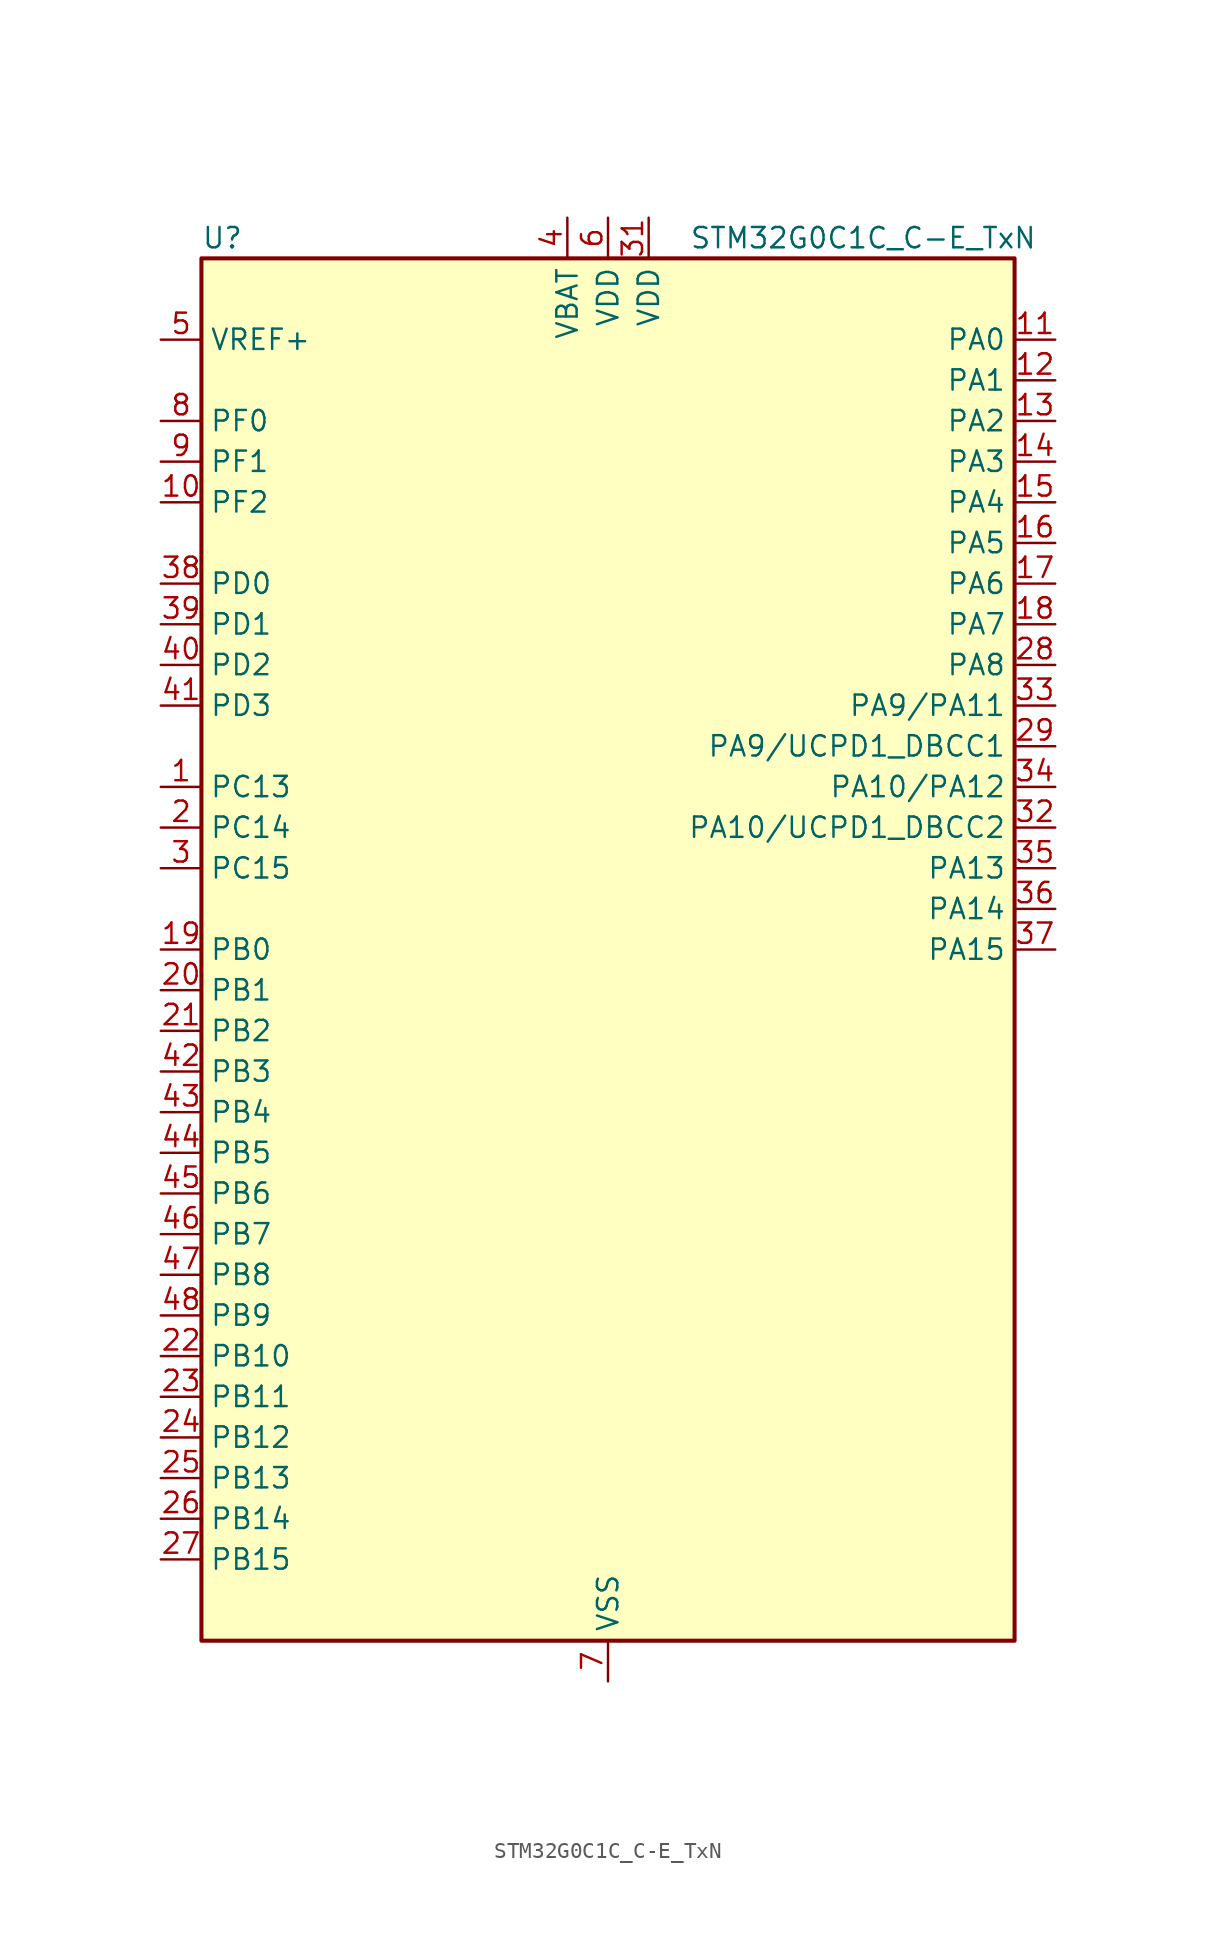
<source format=kicad_sym>
(kicad_symbol_lib
  (version 20241209)
  (generator "kicad_symbol_editor")
  (generator_version "9.0")
  (symbol "STM32G0C1C_C-E_TxN"
    (property "Reference" "U"
      (at -25.4 44.45 0)
      (effects (font (size 1.27 1.27)) (justify left)))
    (property "Value" "STM32G0C1C_C-E_TxN"
      (at 5.08 44.45 0)
      (effects (font (size 1.27 1.27)) (justify left)))
    (symbol "STM32G0C1C_C-E_TxN_0_1"
      (rectangle (start -25.4 -43.18) (end 25.4 43.18) (stroke (width 0.254) (type default)) (fill (type background))))
    (symbol "STM32G0C1C_C-E_TxN_1_1"
      (pin input line (at -27.94 38.1 0) (length 2.54) (name "VREF+" (effects (font (size 1.27 1.27)))) (number "5" (effects (font (size 1.27 1.27)))) (alternate "VREFBUF_OUT" bidirectional line))
      (pin bidirectional line (at -27.94 33.02 0) (length 2.54) (name "PF0" (effects (font (size 1.27 1.27)))) (number "8" (effects (font (size 1.27 1.27)))) (alternate "CRS1_SYNC" bidirectional line) (alternate "RCC_OSC_IN" bidirectional line) (alternate "TIM14_CH1" bidirectional line))
      (pin bidirectional line (at -27.94 30.48 0) (length 2.54) (name "PF1" (effects (font (size 1.27 1.27)))) (number "9" (effects (font (size 1.27 1.27)))) (alternate "RCC_OSC_EN" bidirectional line) (alternate "RCC_OSC_OUT" bidirectional line) (alternate "TIM15_CH1N" bidirectional line))
      (pin bidirectional line (at -27.94 27.94 0) (length 2.54) (name "PF2" (effects (font (size 1.27 1.27)))) (number "10" (effects (font (size 1.27 1.27)))) (alternate "LPUART2_DE" bidirectional line) (alternate "LPUART2_RTS" bidirectional line) (alternate "LPUART2_TX" bidirectional line) (alternate "RCC_MCO" bidirectional line))
      (pin bidirectional line (at -27.94 22.86 0) (length 2.54) (name "PD0" (effects (font (size 1.27 1.27)))) (number "38" (effects (font (size 1.27 1.27)))) (alternate "FDCAN1_RX" bidirectional line) (alternate "I2S2_WS" bidirectional line) (alternate "SPI2_NSS" bidirectional line) (alternate "TIM16_CH1" bidirectional line) (alternate "UCPD2_CC1" bidirectional line))
      (pin bidirectional line (at -27.94 20.32 0) (length 2.54) (name "PD1" (effects (font (size 1.27 1.27)))) (number "39" (effects (font (size 1.27 1.27)))) (alternate "FDCAN1_TX" bidirectional line) (alternate "I2S2_CK" bidirectional line) (alternate "SPI2_SCK" bidirectional line) (alternate "TIM17_CH1" bidirectional line) (alternate "UCPD2_DBCC1" bidirectional line))
      (pin bidirectional line (at -27.94 17.78 0) (length 2.54) (name "PD2" (effects (font (size 1.27 1.27)))) (number "40" (effects (font (size 1.27 1.27)))) (alternate "TIM1_CH1N" bidirectional line) (alternate "TIM3_ETR" bidirectional line) (alternate "UCPD2_CC2" bidirectional line) (alternate "USART3_CK" bidirectional line) (alternate "USART3_DE" bidirectional line) (alternate "USART3_RTS" bidirectional line) (alternate "USART5_RX" bidirectional line))
      (pin bidirectional line (at -27.94 15.24 0) (length 2.54) (name "PD3" (effects (font (size 1.27 1.27)))) (number "41" (effects (font (size 1.27 1.27)))) (alternate "I2S2_MCK" bidirectional line) (alternate "SPI2_MISO" bidirectional line) (alternate "TIM1_CH2N" bidirectional line) (alternate "UCPD2_DBCC2" bidirectional line) (alternate "USART2_CTS" bidirectional line) (alternate "USART2_NSS" bidirectional line) (alternate "USART5_TX" bidirectional line))
      (pin bidirectional line (at -27.94 10.16 0) (length 2.54) (name "PC13" (effects (font (size 1.27 1.27)))) (number "1" (effects (font (size 1.27 1.27)))) (alternate "RTC_OUT1" bidirectional line) (alternate "RTC_TAMP_IN1" bidirectional line) (alternate "RTC_TS" bidirectional line) (alternate "SYS_WKUP2" bidirectional line) (alternate "TIM1_BK" bidirectional line))
      (pin bidirectional line (at -27.94 7.62 0) (length 2.54) (name "PC14" (effects (font (size 1.27 1.27)))) (number "2" (effects (font (size 1.27 1.27)))) (alternate "RCC_OSC32_IN" bidirectional line) (alternate "TIM1_BK2" bidirectional line))
      (pin bidirectional line (at -27.94 5.08 0) (length 2.54) (name "PC15" (effects (font (size 1.27 1.27)))) (number "3" (effects (font (size 1.27 1.27)))) (alternate "RCC_OSC32_EN" bidirectional line) (alternate "RCC_OSC32_OUT" bidirectional line) (alternate "RCC_OSC_EN" bidirectional line) (alternate "TIM15_BK" bidirectional line))
      (pin bidirectional line (at -27.94 0 0) (length 2.54) (name "PB0" (effects (font (size 1.27 1.27)))) (number "19" (effects (font (size 1.27 1.27)))) (alternate "ADC1_IN8" bidirectional line) (alternate "COMP1_OUT" bidirectional line) (alternate "COMP3_INP" bidirectional line) (alternate "FDCAN2_RX" bidirectional line) (alternate "I2S1_WS" bidirectional line) (alternate "LPTIM1_OUT" bidirectional line) (alternate "LPUART2_CTS" bidirectional line) (alternate "SPI1_NSS" bidirectional line) (alternate "TIM1_CH2N" bidirectional line) (alternate "TIM3_CH3" bidirectional line) (alternate "UCPD1_FRSTX1" bidirectional line) (alternate "UCPD1_FRSTX2" bidirectional line) (alternate "USART3_RX" bidirectional line) (alternate "USART5_TX" bidirectional line))
      (pin bidirectional line (at -27.94 -2.54 0) (length 2.54) (name "PB1" (effects (font (size 1.27 1.27)))) (number "20" (effects (font (size 1.27 1.27)))) (alternate "ADC1_IN9" bidirectional line) (alternate "COMP1_INM" bidirectional line) (alternate "COMP3_OUT" bidirectional line) (alternate "FDCAN2_TX" bidirectional line) (alternate "LPTIM2_IN1" bidirectional line) (alternate "LPUART1_DE" bidirectional line) (alternate "LPUART1_RTS" bidirectional line) (alternate "LPUART2_DE" bidirectional line) (alternate "LPUART2_RTS" bidirectional line) (alternate "TIM14_CH1" bidirectional line) (alternate "TIM1_CH3N" bidirectional line) (alternate "TIM3_CH4" bidirectional line) (alternate "USART3_CK" bidirectional line) (alternate "USART3_DE" bidirectional line) (alternate "USART3_RTS" bidirectional line) (alternate "USART5_RX" bidirectional line))
      (pin bidirectional line (at -27.94 -5.08 0) (length 2.54) (name "PB2" (effects (font (size 1.27 1.27)))) (number "21" (effects (font (size 1.27 1.27)))) (alternate "ADC1_IN10" bidirectional line) (alternate "COMP1_INP" bidirectional line) (alternate "COMP3_INM" bidirectional line) (alternate "I2S2_MCK" bidirectional line) (alternate "LPTIM1_OUT" bidirectional line) (alternate "RCC_MCO_2" bidirectional line) (alternate "SPI2_MISO" bidirectional line) (alternate "USART3_TX" bidirectional line))
      (pin bidirectional line (at -27.94 -7.62 0) (length 2.54) (name "PB3" (effects (font (size 1.27 1.27)))) (number "42" (effects (font (size 1.27 1.27)))) (alternate "COMP2_INM" bidirectional line) (alternate "I2C2_SCL" bidirectional line) (alternate "I2C3_SCL" bidirectional line) (alternate "I2S1_CK" bidirectional line) (alternate "SPI1_SCK" bidirectional line) (alternate "SPI3_SCK" bidirectional line) (alternate "TIM1_CH2" bidirectional line) (alternate "TIM2_CH2" bidirectional line) (alternate "USART1_CK" bidirectional line) (alternate "USART1_DE" bidirectional line) (alternate "USART1_RTS" bidirectional line) (alternate "USART5_TX" bidirectional line))
      (pin bidirectional line (at -27.94 -10.16 0) (length 2.54) (name "PB4" (effects (font (size 1.27 1.27)))) (number "43" (effects (font (size 1.27 1.27)))) (alternate "COMP2_INP" bidirectional line) (alternate "I2C2_SDA" bidirectional line) (alternate "I2C3_SDA" bidirectional line) (alternate "I2S1_MCK" bidirectional line) (alternate "SPI1_MISO" bidirectional line) (alternate "SPI3_MISO" bidirectional line) (alternate "TIM17_BK" bidirectional line) (alternate "TIM3_CH1" bidirectional line) (alternate "USART1_CTS" bidirectional line) (alternate "USART1_NSS" bidirectional line) (alternate "USART5_RX" bidirectional line))
      (pin bidirectional line (at -27.94 -12.7 0) (length 2.54) (name "PB5" (effects (font (size 1.27 1.27)))) (number "44" (effects (font (size 1.27 1.27)))) (alternate "COMP2_OUT" bidirectional line) (alternate "FDCAN2_RX" bidirectional line) (alternate "I2C1_SMBA" bidirectional line) (alternate "I2S1_SD" bidirectional line) (alternate "LPTIM1_IN1" bidirectional line) (alternate "SPI1_MOSI" bidirectional line) (alternate "SPI3_MOSI" bidirectional line) (alternate "SYS_WKUP6" bidirectional line) (alternate "TIM16_BK" bidirectional line) (alternate "TIM3_CH2" bidirectional line) (alternate "USART5_CK" bidirectional line) (alternate "USART5_DE" bidirectional line) (alternate "USART5_RTS" bidirectional line))
      (pin bidirectional line (at -27.94 -15.24 0) (length 2.54) (name "PB6" (effects (font (size 1.27 1.27)))) (number "45" (effects (font (size 1.27 1.27)))) (alternate "COMP2_INP" bidirectional line) (alternate "FDCAN2_TX" bidirectional line) (alternate "I2C1_SCL" bidirectional line) (alternate "I2S2_MCK" bidirectional line) (alternate "LPTIM1_ETR" bidirectional line) (alternate "LPUART2_TX" bidirectional line) (alternate "SPI2_MISO" bidirectional line) (alternate "TIM16_CH1N" bidirectional line) (alternate "TIM1_CH3" bidirectional line) (alternate "TIM4_CH1" bidirectional line) (alternate "USART1_TX" bidirectional line) (alternate "USART5_CTS" bidirectional line) (alternate "USART5_NSS" bidirectional line))
      (pin bidirectional line (at -27.94 -17.78 0) (length 2.54) (name "PB7" (effects (font (size 1.27 1.27)))) (number "46" (effects (font (size 1.27 1.27)))) (alternate "COMP2_INM" bidirectional line) (alternate "I2C1_SDA" bidirectional line) (alternate "I2S2_SD" bidirectional line) (alternate "LPTIM1_IN2" bidirectional line) (alternate "LPUART2_RX" bidirectional line) (alternate "SPI2_MOSI" bidirectional line) (alternate "SYS_PVD_IN" bidirectional line) (alternate "TIM17_CH1N" bidirectional line) (alternate "TIM4_CH2" bidirectional line) (alternate "USART1_RX" bidirectional line) (alternate "USART4_CTS" bidirectional line) (alternate "USART4_NSS" bidirectional line))
      (pin bidirectional line (at -27.94 -20.32 0) (length 2.54) (name "PB8" (effects (font (size 1.27 1.27)))) (number "47" (effects (font (size 1.27 1.27)))) (alternate "CEC" bidirectional line) (alternate "FDCAN1_RX" bidirectional line) (alternate "I2C1_SCL" bidirectional line) (alternate "I2S2_CK" bidirectional line) (alternate "SPI2_SCK" bidirectional line) (alternate "TIM15_BK" bidirectional line) (alternate "TIM16_CH1" bidirectional line) (alternate "TIM4_CH3" bidirectional line) (alternate "USART3_TX" bidirectional line) (alternate "USART6_TX" bidirectional line))
      (pin bidirectional line (at -27.94 -22.86 0) (length 2.54) (name "PB9" (effects (font (size 1.27 1.27)))) (number "48" (effects (font (size 1.27 1.27)))) (alternate "DAC1_EXTI9" bidirectional line) (alternate "FDCAN1_TX" bidirectional line) (alternate "I2C1_SDA" bidirectional line) (alternate "I2S2_WS" bidirectional line) (alternate "IR_OUT" bidirectional line) (alternate "SPI2_NSS" bidirectional line) (alternate "TIM17_CH1" bidirectional line) (alternate "TIM4_CH4" bidirectional line) (alternate "UCPD2_FRSTX1" bidirectional line) (alternate "UCPD2_FRSTX2" bidirectional line) (alternate "USART3_RX" bidirectional line) (alternate "USART6_RX" bidirectional line))
      (pin bidirectional line (at -27.94 -25.4 0) (length 2.54) (name "PB10" (effects (font (size 1.27 1.27)))) (number "22" (effects (font (size 1.27 1.27)))) (alternate "ADC1_IN11" bidirectional line) (alternate "CEC" bidirectional line) (alternate "COMP1_OUT" bidirectional line) (alternate "I2C2_SCL" bidirectional line) (alternate "I2S2_CK" bidirectional line) (alternate "LPUART1_RX" bidirectional line) (alternate "SPI2_SCK" bidirectional line) (alternate "TIM2_CH3" bidirectional line) (alternate "USART3_TX" bidirectional line))
      (pin bidirectional line (at -27.94 -27.94 0) (length 2.54) (name "PB11" (effects (font (size 1.27 1.27)))) (number "23" (effects (font (size 1.27 1.27)))) (alternate "ADC1_EXTI11" bidirectional line) (alternate "ADC1_IN15" bidirectional line) (alternate "COMP2_OUT" bidirectional line) (alternate "I2C2_SDA" bidirectional line) (alternate "I2S2_SD" bidirectional line) (alternate "LPUART1_TX" bidirectional line) (alternate "SPI2_MOSI" bidirectional line) (alternate "TIM2_CH4" bidirectional line) (alternate "USART3_RX" bidirectional line))
      (pin bidirectional line (at -27.94 -30.48 0) (length 2.54) (name "PB12" (effects (font (size 1.27 1.27)))) (number "24" (effects (font (size 1.27 1.27)))) (alternate "ADC1_IN16" bidirectional line) (alternate "FDCAN2_RX" bidirectional line) (alternate "I2C2_SMBA" bidirectional line) (alternate "I2S2_WS" bidirectional line) (alternate "LPUART1_DE" bidirectional line) (alternate "LPUART1_RTS" bidirectional line) (alternate "SPI2_NSS" bidirectional line) (alternate "TIM15_BK" bidirectional line) (alternate "TIM1_BK" bidirectional line) (alternate "UCPD2_FRSTX1" bidirectional line) (alternate "UCPD2_FRSTX2" bidirectional line))
      (pin bidirectional line (at -27.94 -33.02 0) (length 2.54) (name "PB13" (effects (font (size 1.27 1.27)))) (number "25" (effects (font (size 1.27 1.27)))) (alternate "FDCAN2_TX" bidirectional line) (alternate "I2C2_SCL" bidirectional line) (alternate "I2S2_CK" bidirectional line) (alternate "LPUART1_CTS" bidirectional line) (alternate "SPI2_SCK" bidirectional line) (alternate "TIM15_CH1N" bidirectional line) (alternate "TIM1_CH1N" bidirectional line) (alternate "USART3_CTS" bidirectional line) (alternate "USART3_NSS" bidirectional line))
      (pin bidirectional line (at -27.94 -35.56 0) (length 2.54) (name "PB14" (effects (font (size 1.27 1.27)))) (number "26" (effects (font (size 1.27 1.27)))) (alternate "I2C2_SDA" bidirectional line) (alternate "I2S2_MCK" bidirectional line) (alternate "SPI2_MISO" bidirectional line) (alternate "TIM15_CH1" bidirectional line) (alternate "TIM1_CH2N" bidirectional line) (alternate "UCPD1_FRSTX1" bidirectional line) (alternate "UCPD1_FRSTX2" bidirectional line) (alternate "USART3_CK" bidirectional line) (alternate "USART3_DE" bidirectional line) (alternate "USART3_RTS" bidirectional line) (alternate "USART6_CK" bidirectional line) (alternate "USART6_DE" bidirectional line) (alternate "USART6_RTS" bidirectional line))
      (pin bidirectional line (at -27.94 -38.1 0) (length 2.54) (name "PB15" (effects (font (size 1.27 1.27)))) (number "27" (effects (font (size 1.27 1.27)))) (alternate "I2S2_SD" bidirectional line) (alternate "RTC_REFIN" bidirectional line) (alternate "SPI2_MOSI" bidirectional line) (alternate "TIM15_CH1N" bidirectional line) (alternate "TIM15_CH2" bidirectional line) (alternate "TIM1_CH3N" bidirectional line) (alternate "UCPD1_CC2" bidirectional line) (alternate "USART6_CTS" bidirectional line) (alternate "USART6_NSS" bidirectional line))
      (pin power_in line (at -2.54 45.72 270) (length 2.54) (name "VBAT" (effects (font (size 1.27 1.27)))) (number "4" (effects (font (size 1.27 1.27)))))
      (pin power_in line (at 0 45.72 270) (length 2.54) (name "VDD" (effects (font (size 1.27 1.27)))) (number "6" (effects (font (size 1.27 1.27)))))
      (pin passive line (at 0 -45.72 90) (length 2.54) (hide yes) (name "VSS" (effects (font (size 1.27 1.27)))) (number "30" (effects (font (size 1.27 1.27)))))
      (pin power_in line (at 0 -45.72 90) (length 2.54) (name "VSS" (effects (font (size 1.27 1.27)))) (number "7" (effects (font (size 1.27 1.27)))))
      (pin power_in line (at 2.54 45.72 270) (length 2.54) (name "VDD" (effects (font (size 1.27 1.27)))) (number "31" (effects (font (size 1.27 1.27)))))
      (pin bidirectional line (at 27.94 38.1 180) (length 2.54) (name "PA0" (effects (font (size 1.27 1.27)))) (number "11" (effects (font (size 1.27 1.27)))) (alternate "ADC1_IN0" bidirectional line) (alternate "COMP1_INM" bidirectional line) (alternate "COMP1_OUT" bidirectional line) (alternate "I2S2_CK" bidirectional line) (alternate "LPTIM1_OUT" bidirectional line) (alternate "RTC_TAMP_IN2" bidirectional line) (alternate "SPI2_SCK" bidirectional line) (alternate "SYS_WKUP1" bidirectional line) (alternate "TIM2_CH1" bidirectional line) (alternate "TIM2_ETR" bidirectional line) (alternate "UCPD2_FRSTX1" bidirectional line) (alternate "UCPD2_FRSTX2" bidirectional line) (alternate "USART2_CTS" bidirectional line) (alternate "USART2_NSS" bidirectional line) (alternate "USART4_TX" bidirectional line))
      (pin bidirectional line (at 27.94 35.56 180) (length 2.54) (name "PA1" (effects (font (size 1.27 1.27)))) (number "12" (effects (font (size 1.27 1.27)))) (alternate "ADC1_IN1" bidirectional line) (alternate "COMP1_INP" bidirectional line) (alternate "I2C1_SMBA" bidirectional line) (alternate "I2S1_CK" bidirectional line) (alternate "SPI1_SCK" bidirectional line) (alternate "TIM15_CH1N" bidirectional line) (alternate "TIM2_CH2" bidirectional line) (alternate "USART2_CK" bidirectional line) (alternate "USART2_DE" bidirectional line) (alternate "USART2_RTS" bidirectional line) (alternate "USART4_RX" bidirectional line))
      (pin bidirectional line (at 27.94 33.02 180) (length 2.54) (name "PA2" (effects (font (size 1.27 1.27)))) (number "13" (effects (font (size 1.27 1.27)))) (alternate "ADC1_IN2" bidirectional line) (alternate "COMP2_INM" bidirectional line) (alternate "COMP2_OUT" bidirectional line) (alternate "I2S1_SD" bidirectional line) (alternate "LPUART1_TX" bidirectional line) (alternate "RCC_LSCO" bidirectional line) (alternate "SPI1_MOSI" bidirectional line) (alternate "SYS_WKUP4" bidirectional line) (alternate "TIM15_CH1" bidirectional line) (alternate "TIM2_CH3" bidirectional line) (alternate "UCPD1_FRSTX1" bidirectional line) (alternate "UCPD1_FRSTX2" bidirectional line) (alternate "USART2_TX" bidirectional line))
      (pin bidirectional line (at 27.94 30.48 180) (length 2.54) (name "PA3" (effects (font (size 1.27 1.27)))) (number "14" (effects (font (size 1.27 1.27)))) (alternate "ADC1_IN3" bidirectional line) (alternate "COMP2_INP" bidirectional line) (alternate "I2S2_MCK" bidirectional line) (alternate "LPUART1_RX" bidirectional line) (alternate "SPI2_MISO" bidirectional line) (alternate "TIM15_CH2" bidirectional line) (alternate "TIM2_CH4" bidirectional line) (alternate "UCPD2_FRSTX1" bidirectional line) (alternate "UCPD2_FRSTX2" bidirectional line) (alternate "USART2_RX" bidirectional line))
      (pin bidirectional line (at 27.94 27.94 180) (length 2.54) (name "PA4" (effects (font (size 1.27 1.27)))) (number "15" (effects (font (size 1.27 1.27)))) (alternate "ADC1_IN4" bidirectional line) (alternate "DAC1_OUT1" bidirectional line) (alternate "I2S1_WS" bidirectional line) (alternate "I2S2_SD" bidirectional line) (alternate "LPTIM2_OUT" bidirectional line) (alternate "RTC_OUT2" bidirectional line) (alternate "SPI1_NSS" bidirectional line) (alternate "SPI2_MOSI" bidirectional line) (alternate "SPI3_NSS" bidirectional line) (alternate "TIM14_CH1" bidirectional line) (alternate "UCPD2_FRSTX1" bidirectional line) (alternate "UCPD2_FRSTX2" bidirectional line) (alternate "USART6_TX" bidirectional line) (alternate "USB_NOE" bidirectional line))
      (pin bidirectional line (at 27.94 25.4 180) (length 2.54) (name "PA5" (effects (font (size 1.27 1.27)))) (number "16" (effects (font (size 1.27 1.27)))) (alternate "ADC1_IN5" bidirectional line) (alternate "CEC" bidirectional line) (alternate "DAC1_OUT2" bidirectional line) (alternate "I2S1_CK" bidirectional line) (alternate "LPTIM2_ETR" bidirectional line) (alternate "SPI1_SCK" bidirectional line) (alternate "TIM2_CH1" bidirectional line) (alternate "TIM2_ETR" bidirectional line) (alternate "UCPD1_FRSTX1" bidirectional line) (alternate "UCPD1_FRSTX2" bidirectional line) (alternate "USART3_TX" bidirectional line) (alternate "USART6_RX" bidirectional line))
      (pin bidirectional line (at 27.94 22.86 180) (length 2.54) (name "PA6" (effects (font (size 1.27 1.27)))) (number "17" (effects (font (size 1.27 1.27)))) (alternate "ADC1_IN6" bidirectional line) (alternate "COMP1_OUT" bidirectional line) (alternate "I2C2_SDA" bidirectional line) (alternate "I2C3_SDA" bidirectional line) (alternate "I2S1_MCK" bidirectional line) (alternate "LPUART1_CTS" bidirectional line) (alternate "SPI1_MISO" bidirectional line) (alternate "TIM16_CH1" bidirectional line) (alternate "TIM1_BK" bidirectional line) (alternate "TIM3_CH1" bidirectional line) (alternate "USART3_CTS" bidirectional line) (alternate "USART3_NSS" bidirectional line) (alternate "USART6_CTS" bidirectional line) (alternate "USART6_NSS" bidirectional line))
      (pin bidirectional line (at 27.94 20.32 180) (length 2.54) (name "PA7" (effects (font (size 1.27 1.27)))) (number "18" (effects (font (size 1.27 1.27)))) (alternate "ADC1_IN7" bidirectional line) (alternate "COMP2_OUT" bidirectional line) (alternate "I2C2_SCL" bidirectional line) (alternate "I2C3_SCL" bidirectional line) (alternate "I2S1_SD" bidirectional line) (alternate "SPI1_MOSI" bidirectional line) (alternate "TIM14_CH1" bidirectional line) (alternate "TIM17_CH1" bidirectional line) (alternate "TIM1_CH1N" bidirectional line) (alternate "TIM3_CH2" bidirectional line) (alternate "UCPD1_FRSTX1" bidirectional line) (alternate "UCPD1_FRSTX2" bidirectional line) (alternate "USART6_CK" bidirectional line) (alternate "USART6_DE" bidirectional line) (alternate "USART6_RTS" bidirectional line))
      (pin bidirectional line (at 27.94 17.78 180) (length 2.54) (name "PA8" (effects (font (size 1.27 1.27)))) (number "28" (effects (font (size 1.27 1.27)))) (alternate "CRS1_SYNC" bidirectional line) (alternate "I2C2_SMBA" bidirectional line) (alternate "I2S2_WS" bidirectional line) (alternate "LPTIM2_OUT" bidirectional line) (alternate "RCC_MCO" bidirectional line) (alternate "SPI2_NSS" bidirectional line) (alternate "TIM1_CH1" bidirectional line) (alternate "UCPD1_CC1" bidirectional line))
      (pin bidirectional line (at 27.94 15.24 180) (length 2.54) (name "PA9/PA11" (effects (font (size 1.27 1.27)))) (number "33" (effects (font (size 1.27 1.27)))) (alternate "ADC1_EXTI11 (PA11)" bidirectional line) (alternate "COMP1_OUT (PA11)" bidirectional line) (alternate "DAC1_EXTI9 (PA9)" bidirectional line) (alternate "FDCAN1_RX (PA11)" bidirectional line) (alternate "I2C1_SCL (PA9)" bidirectional line) (alternate "I2C2_SCL (PA11)" bidirectional line) (alternate "I2C2_SCL (PA9)" bidirectional line) (alternate "I2S1_MCK (PA11)" bidirectional line) (alternate "I2S2_MCK (PA9)" bidirectional line) (alternate "PA11" bidirectional line) (alternate "PA9" bidirectional line) (alternate "RCC_MCO (PA9)" bidirectional line) (alternate "SPI1_MISO (PA11)" bidirectional line) (alternate "SPI2_MISO (PA9)" bidirectional line) (alternate "TIM15_BK (PA9)" bidirectional line) (alternate "TIM1_BK2 (PA11)" bidirectional line) (alternate "TIM1_CH2 (PA9)" bidirectional line) (alternate "TIM1_CH4 (PA11)" bidirectional line) (alternate "UCPD1_DBCC1 (PA9)" bidirectional line) (alternate "USART1_CTS (PA11)" bidirectional line) (alternate "USART1_NSS (PA11)" bidirectional line) (alternate "USART1_TX (PA9)" bidirectional line) (alternate "USB_DM (PA11)" bidirectional line))
      (pin bidirectional line (at 27.94 12.7 180) (length 2.54) (name "PA9/UCPD1_DBCC1" (effects (font (size 1.27 1.27)))) (number "29" (effects (font (size 1.27 1.27)))) (alternate "DAC1_EXTI9 (PA9)" bidirectional line) (alternate "I2C1_SCL (PA9)" bidirectional line) (alternate "I2C2_SCL (PA9)" bidirectional line) (alternate "I2S2_MCK (PA9)" bidirectional line) (alternate "PA9" bidirectional line) (alternate "RCC_MCO (PA9)" bidirectional line) (alternate "SPI2_MISO (PA9)" bidirectional line) (alternate "TIM15_BK (PA9)" bidirectional line) (alternate "TIM1_CH2 (PA9)" bidirectional line) (alternate "UCPD1_DBCC1" bidirectional line) (alternate "UCPD1_DBCC1 (PA9)" bidirectional line) (alternate "UCPD1_DBCC1 (UCPD1_DBCC1)" bidirectional line) (alternate "USART1_TX (PA9)" bidirectional line))
      (pin bidirectional line (at 27.94 10.16 180) (length 2.54) (name "PA10/PA12" (effects (font (size 1.27 1.27)))) (number "34" (effects (font (size 1.27 1.27)))) (alternate "COMP2_OUT (PA12)" bidirectional line) (alternate "FDCAN1_TX (PA12)" bidirectional line) (alternate "I2C1_SDA (PA10)" bidirectional line) (alternate "I2C2_SDA (PA10)" bidirectional line) (alternate "I2C2_SDA (PA12)" bidirectional line) (alternate "I2S1_SD (PA12)" bidirectional line) (alternate "I2S2_SD (PA10)" bidirectional line) (alternate "I2S_CKIN (PA12)" bidirectional line) (alternate "PA10" bidirectional line) (alternate "PA12" bidirectional line) (alternate "RCC_MCO_2 (PA10)" bidirectional line) (alternate "SPI1_MOSI (PA12)" bidirectional line) (alternate "SPI2_MOSI (PA10)" bidirectional line) (alternate "TIM17_BK (PA10)" bidirectional line) (alternate "TIM1_CH3 (PA10)" bidirectional line) (alternate "TIM1_ETR (PA12)" bidirectional line) (alternate "UCPD1_DBCC2 (PA10)" bidirectional line) (alternate "USART1_CK (PA12)" bidirectional line) (alternate "USART1_DE (PA12)" bidirectional line) (alternate "USART1_RTS (PA12)" bidirectional line) (alternate "USART1_RX (PA10)" bidirectional line) (alternate "USB_DP (PA12)" bidirectional line))
      (pin bidirectional line (at 27.94 7.62 180) (length 2.54) (name "PA10/UCPD1_DBCC2" (effects (font (size 1.27 1.27)))) (number "32" (effects (font (size 1.27 1.27)))) (alternate "I2C1_SDA (PA10)" bidirectional line) (alternate "I2C2_SDA (PA10)" bidirectional line) (alternate "I2S2_SD (PA10)" bidirectional line) (alternate "PA10" bidirectional line) (alternate "RCC_MCO_2 (PA10)" bidirectional line) (alternate "SPI2_MOSI (PA10)" bidirectional line) (alternate "TIM17_BK (PA10)" bidirectional line) (alternate "TIM1_CH3 (PA10)" bidirectional line) (alternate "UCPD1_DBCC2" bidirectional line) (alternate "UCPD1_DBCC2 (PA10)" bidirectional line) (alternate "UCPD1_DBCC2 (UCPD1_DBCC2)" bidirectional line) (alternate "USART1_RX (PA10)" bidirectional line))
      (pin bidirectional line (at 27.94 5.08 180) (length 2.54) (name "PA13" (effects (font (size 1.27 1.27)))) (number "35" (effects (font (size 1.27 1.27)))) (alternate "IR_OUT" bidirectional line) (alternate "LPUART2_RX" bidirectional line) (alternate "SYS_SWDIO" bidirectional line) (alternate "USB_NOE" bidirectional line))
      (pin bidirectional line (at 27.94 2.54 180) (length 2.54) (name "PA14" (effects (font (size 1.27 1.27)))) (number "36" (effects (font (size 1.27 1.27)))) (alternate "LPUART2_TX" bidirectional line) (alternate "SYS_SWCLK" bidirectional line) (alternate "USART2_TX" bidirectional line))
      (pin bidirectional line (at 27.94 0 180) (length 2.54) (name "PA15" (effects (font (size 1.27 1.27)))) (number "37" (effects (font (size 1.27 1.27)))) (alternate "I2C2_SMBA" bidirectional line) (alternate "I2S1_WS" bidirectional line) (alternate "RCC_MCO_2" bidirectional line) (alternate "SPI1_NSS" bidirectional line) (alternate "SPI3_NSS" bidirectional line) (alternate "TIM2_CH1" bidirectional line) (alternate "TIM2_ETR" bidirectional line) (alternate "USART2_RX" bidirectional line) (alternate "USART3_CK" bidirectional line) (alternate "USART3_DE" bidirectional line) (alternate "USART3_RTS" bidirectional line) (alternate "USART4_CK" bidirectional line) (alternate "USART4_DE" bidirectional line) (alternate "USART4_RTS" bidirectional line) (alternate "USB_NOE" bidirectional line)))))
</source>
